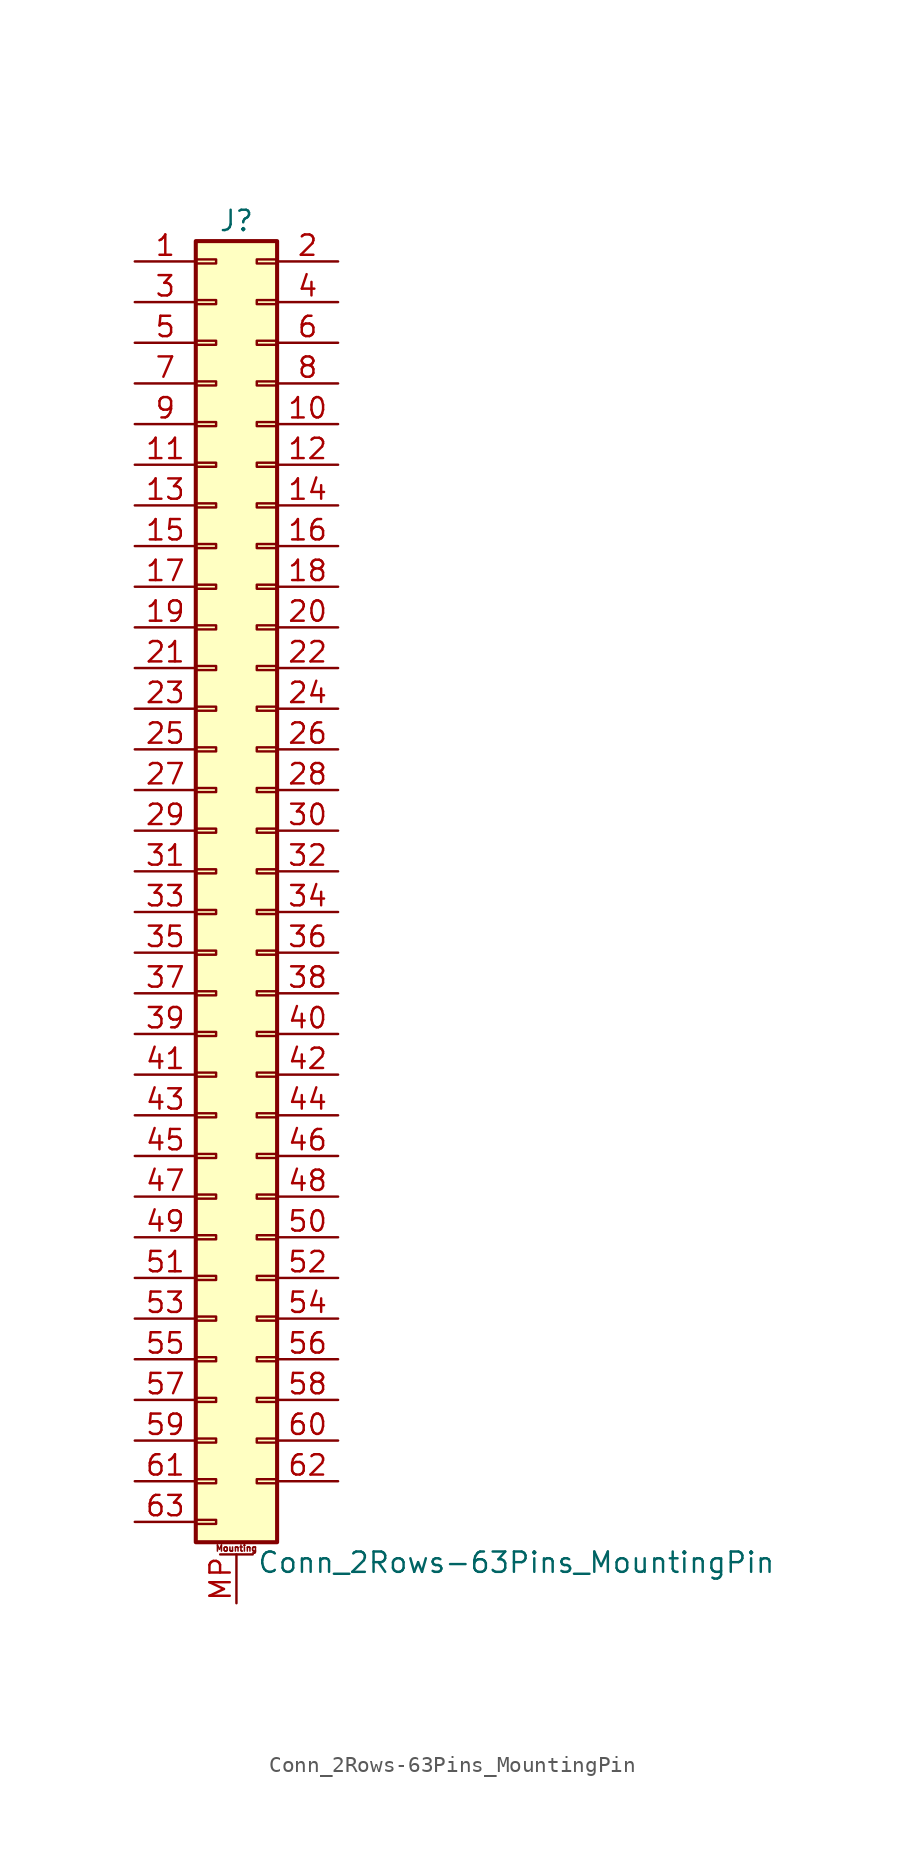
<source format=kicad_sym>
(kicad_symbol_lib
  (version 20211014)
  (generator kicad_symbol_editor)
  (symbol "Conn_2Rows-63Pins_MountingPin"
    (pin_names
      (offset 1.016) hide)
    (property "Reference" "J"
      (at 1.27 40.64 0)
      (effects (font (size 1.27 1.27))))
    (property "Value" "Conn_2Rows-63Pins_MountingPin"
      (at 2.54 -43.18 0)
      (effects (font (size 1.27 1.27)) (justify left)))
    (symbol "Conn_2Rows-63Pins_MountingPin_1_1"
      (rectangle (start -1.27 -40.513) (end 0 -40.767) (stroke (width 0.152) (type default) (color 0 0 0 0)) (fill (type none)))
      (rectangle (start -1.27 -37.973) (end 0 -38.227) (stroke (width 0.152) (type default) (color 0 0 0 0)) (fill (type none)))
      (rectangle (start -1.27 -35.433) (end 0 -35.687) (stroke (width 0.152) (type default) (color 0 0 0 0)) (fill (type none)))
      (rectangle (start -1.27 -32.893) (end 0 -33.147) (stroke (width 0.152) (type default) (color 0 0 0 0)) (fill (type none)))
      (rectangle (start -1.27 -30.353) (end 0 -30.607) (stroke (width 0.152) (type default) (color 0 0 0 0)) (fill (type none)))
      (rectangle (start -1.27 -27.813) (end 0 -28.067) (stroke (width 0.152) (type default) (color 0 0 0 0)) (fill (type none)))
      (rectangle (start -1.27 -25.273) (end 0 -25.527) (stroke (width 0.152) (type default) (color 0 0 0 0)) (fill (type none)))
      (rectangle (start -1.27 -22.733) (end 0 -22.987) (stroke (width 0.152) (type default) (color 0 0 0 0)) (fill (type none)))
      (rectangle (start -1.27 -20.193) (end 0 -20.447) (stroke (width 0.152) (type default) (color 0 0 0 0)) (fill (type none)))
      (rectangle (start -1.27 -17.653) (end 0 -17.907) (stroke (width 0.152) (type default) (color 0 0 0 0)) (fill (type none)))
      (rectangle (start -1.27 -15.113) (end 0 -15.367) (stroke (width 0.152) (type default) (color 0 0 0 0)) (fill (type none)))
      (rectangle (start -1.27 -12.573) (end 0 -12.827) (stroke (width 0.152) (type default) (color 0 0 0 0)) (fill (type none)))
      (rectangle (start -1.27 -10.033) (end 0 -10.287) (stroke (width 0.152) (type default) (color 0 0 0 0)) (fill (type none)))
      (rectangle (start -1.27 -7.493) (end 0 -7.747) (stroke (width 0.152) (type default) (color 0 0 0 0)) (fill (type none)))
      (rectangle (start -1.27 -4.953) (end 0 -5.207) (stroke (width 0.152) (type default) (color 0 0 0 0)) (fill (type none)))
      (rectangle (start -1.27 -2.413) (end 0 -2.667) (stroke (width 0.152) (type default) (color 0 0 0 0)) (fill (type none)))
      (rectangle (start -1.27 0.127) (end 0 -0.127) (stroke (width 0.152) (type default) (color 0 0 0 0)) (fill (type none)))
      (rectangle (start -1.27 2.667) (end 0 2.413) (stroke (width 0.152) (type default) (color 0 0 0 0)) (fill (type none)))
      (rectangle (start -1.27 5.207) (end 0 4.953) (stroke (width 0.152) (type default) (color 0 0 0 0)) (fill (type none)))
      (rectangle (start -1.27 7.747) (end 0 7.493) (stroke (width 0.152) (type default) (color 0 0 0 0)) (fill (type none)))
      (rectangle (start -1.27 10.287) (end 0 10.033) (stroke (width 0.152) (type default) (color 0 0 0 0)) (fill (type none)))
      (rectangle (start -1.27 12.827) (end 0 12.573) (stroke (width 0.152) (type default) (color 0 0 0 0)) (fill (type none)))
      (rectangle (start -1.27 15.367) (end 0 15.113) (stroke (width 0.152) (type default) (color 0 0 0 0)) (fill (type none)))
      (rectangle (start -1.27 17.907) (end 0 17.653) (stroke (width 0.152) (type default) (color 0 0 0 0)) (fill (type none)))
      (rectangle (start -1.27 20.447) (end 0 20.193) (stroke (width 0.152) (type default) (color 0 0 0 0)) (fill (type none)))
      (rectangle (start -1.27 22.987) (end 0 22.733) (stroke (width 0.152) (type default) (color 0 0 0 0)) (fill (type none)))
      (rectangle (start -1.27 25.527) (end 0 25.273) (stroke (width 0.152) (type default) (color 0 0 0 0)) (fill (type none)))
      (rectangle (start -1.27 28.067) (end 0 27.813) (stroke (width 0.152) (type default) (color 0 0 0 0)) (fill (type none)))
      (rectangle (start -1.27 30.607) (end 0 30.353) (stroke (width 0.152) (type default) (color 0 0 0 0)) (fill (type none)))
      (rectangle (start -1.27 33.147) (end 0 32.893) (stroke (width 0.152) (type default) (color 0 0 0 0)) (fill (type none)))
      (rectangle (start -1.27 35.687) (end 0 35.433) (stroke (width 0.152) (type default) (color 0 0 0 0)) (fill (type none)))
      (rectangle (start -1.27 38.227) (end 0 37.973) (stroke (width 0.152) (type default) (color 0 0 0 0)) (fill (type none)))
      (rectangle (start -1.27 39.37) (end 3.81 -41.91) (stroke (width 0.254) (type default) (color 0 0 0 0)) (fill (type background)))
      (polyline (pts (xy 0.254 -42.672) (xy 2.286 -42.672)) (stroke (width 0.152) (type default) (color 0 0 0 0)) (fill (type none)))
      (rectangle (start 3.81 -37.973) (end 2.54 -38.227) (stroke (width 0.152) (type default) (color 0 0 0 0)) (fill (type none)))
      (rectangle (start 3.81 -35.433) (end 2.54 -35.687) (stroke (width 0.152) (type default) (color 0 0 0 0)) (fill (type none)))
      (rectangle (start 3.81 -32.893) (end 2.54 -33.147) (stroke (width 0.152) (type default) (color 0 0 0 0)) (fill (type none)))
      (rectangle (start 3.81 -30.353) (end 2.54 -30.607) (stroke (width 0.152) (type default) (color 0 0 0 0)) (fill (type none)))
      (rectangle (start 3.81 -27.813) (end 2.54 -28.067) (stroke (width 0.152) (type default) (color 0 0 0 0)) (fill (type none)))
      (rectangle (start 3.81 -25.273) (end 2.54 -25.527) (stroke (width 0.152) (type default) (color 0 0 0 0)) (fill (type none)))
      (rectangle (start 3.81 -22.733) (end 2.54 -22.987) (stroke (width 0.152) (type default) (color 0 0 0 0)) (fill (type none)))
      (rectangle (start 3.81 -20.193) (end 2.54 -20.447) (stroke (width 0.152) (type default) (color 0 0 0 0)) (fill (type none)))
      (rectangle (start 3.81 -17.653) (end 2.54 -17.907) (stroke (width 0.152) (type default) (color 0 0 0 0)) (fill (type none)))
      (rectangle (start 3.81 -15.113) (end 2.54 -15.367) (stroke (width 0.152) (type default) (color 0 0 0 0)) (fill (type none)))
      (rectangle (start 3.81 -12.573) (end 2.54 -12.827) (stroke (width 0.152) (type default) (color 0 0 0 0)) (fill (type none)))
      (rectangle (start 3.81 -10.033) (end 2.54 -10.287) (stroke (width 0.152) (type default) (color 0 0 0 0)) (fill (type none)))
      (rectangle (start 3.81 -7.493) (end 2.54 -7.747) (stroke (width 0.152) (type default) (color 0 0 0 0)) (fill (type none)))
      (rectangle (start 3.81 -4.953) (end 2.54 -5.207) (stroke (width 0.152) (type default) (color 0 0 0 0)) (fill (type none)))
      (rectangle (start 3.81 -2.413) (end 2.54 -2.667) (stroke (width 0.152) (type default) (color 0 0 0 0)) (fill (type none)))
      (rectangle (start 3.81 0.127) (end 2.54 -0.127) (stroke (width 0.152) (type default) (color 0 0 0 0)) (fill (type none)))
      (rectangle (start 3.81 2.667) (end 2.54 2.413) (stroke (width 0.152) (type default) (color 0 0 0 0)) (fill (type none)))
      (rectangle (start 3.81 5.207) (end 2.54 4.953) (stroke (width 0.152) (type default) (color 0 0 0 0)) (fill (type none)))
      (rectangle (start 3.81 7.747) (end 2.54 7.493) (stroke (width 0.152) (type default) (color 0 0 0 0)) (fill (type none)))
      (rectangle (start 3.81 10.287) (end 2.54 10.033) (stroke (width 0.152) (type default) (color 0 0 0 0)) (fill (type none)))
      (rectangle (start 3.81 12.827) (end 2.54 12.573) (stroke (width 0.152) (type default) (color 0 0 0 0)) (fill (type none)))
      (rectangle (start 3.81 15.367) (end 2.54 15.113) (stroke (width 0.152) (type default) (color 0 0 0 0)) (fill (type none)))
      (rectangle (start 3.81 17.907) (end 2.54 17.653) (stroke (width 0.152) (type default) (color 0 0 0 0)) (fill (type none)))
      (rectangle (start 3.81 20.447) (end 2.54 20.193) (stroke (width 0.152) (type default) (color 0 0 0 0)) (fill (type none)))
      (rectangle (start 3.81 22.987) (end 2.54 22.733) (stroke (width 0.152) (type default) (color 0 0 0 0)) (fill (type none)))
      (rectangle (start 3.81 25.527) (end 2.54 25.273) (stroke (width 0.152) (type default) (color 0 0 0 0)) (fill (type none)))
      (rectangle (start 3.81 28.067) (end 2.54 27.813) (stroke (width 0.152) (type default) (color 0 0 0 0)) (fill (type none)))
      (rectangle (start 3.81 30.607) (end 2.54 30.353) (stroke (width 0.152) (type default) (color 0 0 0 0)) (fill (type none)))
      (rectangle (start 3.81 33.147) (end 2.54 32.893) (stroke (width 0.152) (type default) (color 0 0 0 0)) (fill (type none)))
      (rectangle (start 3.81 35.687) (end 2.54 35.433) (stroke (width 0.152) (type default) (color 0 0 0 0)) (fill (type none)))
      (rectangle (start 3.81 38.227) (end 2.54 37.973) (stroke (width 0.152) (type default) (color 0 0 0 0)) (fill (type none)))
      (text "Mounting" (at 1.27 -42.291 0) (effects (font (size 0.381 0.381))))
      (pin passive line (at -5.08 38.1 0) (length 3.81) (name "Pin_1" (effects (font (size 1.27 1.27)))) (number "1" (effects (font (size 1.27 1.27)))))
      (pin passive line (at 7.62 27.94 180) (length 3.81) (name "Pin_10" (effects (font (size 1.27 1.27)))) (number "10" (effects (font (size 1.27 1.27)))))
      (pin passive line (at -5.08 25.4 0) (length 3.81) (name "Pin_11" (effects (font (size 1.27 1.27)))) (number "11" (effects (font (size 1.27 1.27)))))
      (pin passive line (at 7.62 25.4 180) (length 3.81) (name "Pin_12" (effects (font (size 1.27 1.27)))) (number "12" (effects (font (size 1.27 1.27)))))
      (pin passive line (at -5.08 22.86 0) (length 3.81) (name "Pin_13" (effects (font (size 1.27 1.27)))) (number "13" (effects (font (size 1.27 1.27)))))
      (pin passive line (at 7.62 22.86 180) (length 3.81) (name "Pin_14" (effects (font (size 1.27 1.27)))) (number "14" (effects (font (size 1.27 1.27)))))
      (pin passive line (at -5.08 20.32 0) (length 3.81) (name "Pin_15" (effects (font (size 1.27 1.27)))) (number "15" (effects (font (size 1.27 1.27)))))
      (pin passive line (at 7.62 20.32 180) (length 3.81) (name "Pin_16" (effects (font (size 1.27 1.27)))) (number "16" (effects (font (size 1.27 1.27)))))
      (pin passive line (at -5.08 17.78 0) (length 3.81) (name "Pin_17" (effects (font (size 1.27 1.27)))) (number "17" (effects (font (size 1.27 1.27)))))
      (pin passive line (at 7.62 17.78 180) (length 3.81) (name "Pin_18" (effects (font (size 1.27 1.27)))) (number "18" (effects (font (size 1.27 1.27)))))
      (pin passive line (at -5.08 15.24 0) (length 3.81) (name "Pin_19" (effects (font (size 1.27 1.27)))) (number "19" (effects (font (size 1.27 1.27)))))
      (pin passive line (at 7.62 38.1 180) (length 3.81) (name "Pin_2" (effects (font (size 1.27 1.27)))) (number "2" (effects (font (size 1.27 1.27)))))
      (pin passive line (at 7.62 15.24 180) (length 3.81) (name "Pin_20" (effects (font (size 1.27 1.27)))) (number "20" (effects (font (size 1.27 1.27)))))
      (pin passive line (at -5.08 12.7 0) (length 3.81) (name "Pin_21" (effects (font (size 1.27 1.27)))) (number "21" (effects (font (size 1.27 1.27)))))
      (pin passive line (at 7.62 12.7 180) (length 3.81) (name "Pin_22" (effects (font (size 1.27 1.27)))) (number "22" (effects (font (size 1.27 1.27)))))
      (pin passive line (at -5.08 10.16 0) (length 3.81) (name "Pin_23" (effects (font (size 1.27 1.27)))) (number "23" (effects (font (size 1.27 1.27)))))
      (pin passive line (at 7.62 10.16 180) (length 3.81) (name "Pin_24" (effects (font (size 1.27 1.27)))) (number "24" (effects (font (size 1.27 1.27)))))
      (pin passive line (at -5.08 7.62 0) (length 3.81) (name "Pin_25" (effects (font (size 1.27 1.27)))) (number "25" (effects (font (size 1.27 1.27)))))
      (pin passive line (at 7.62 7.62 180) (length 3.81) (name "Pin_26" (effects (font (size 1.27 1.27)))) (number "26" (effects (font (size 1.27 1.27)))))
      (pin passive line (at -5.08 5.08 0) (length 3.81) (name "Pin_27" (effects (font (size 1.27 1.27)))) (number "27" (effects (font (size 1.27 1.27)))))
      (pin passive line (at 7.62 5.08 180) (length 3.81) (name "Pin_28" (effects (font (size 1.27 1.27)))) (number "28" (effects (font (size 1.27 1.27)))))
      (pin passive line (at -5.08 2.54 0) (length 3.81) (name "Pin_29" (effects (font (size 1.27 1.27)))) (number "29" (effects (font (size 1.27 1.27)))))
      (pin passive line (at -5.08 35.56 0) (length 3.81) (name "Pin_3" (effects (font (size 1.27 1.27)))) (number "3" (effects (font (size 1.27 1.27)))))
      (pin passive line (at 7.62 2.54 180) (length 3.81) (name "Pin_30" (effects (font (size 1.27 1.27)))) (number "30" (effects (font (size 1.27 1.27)))))
      (pin passive line (at -5.08 0 0) (length 3.81) (name "Pin_31" (effects (font (size 1.27 1.27)))) (number "31" (effects (font (size 1.27 1.27)))))
      (pin passive line (at 7.62 0 180) (length 3.81) (name "Pin_32" (effects (font (size 1.27 1.27)))) (number "32" (effects (font (size 1.27 1.27)))))
      (pin passive line (at -5.08 -2.54 0) (length 3.81) (name "Pin_33" (effects (font (size 1.27 1.27)))) (number "33" (effects (font (size 1.27 1.27)))))
      (pin passive line (at 7.62 -2.54 180) (length 3.81) (name "Pin_34" (effects (font (size 1.27 1.27)))) (number "34" (effects (font (size 1.27 1.27)))))
      (pin passive line (at -5.08 -5.08 0) (length 3.81) (name "Pin_35" (effects (font (size 1.27 1.27)))) (number "35" (effects (font (size 1.27 1.27)))))
      (pin passive line (at 7.62 -5.08 180) (length 3.81) (name "Pin_36" (effects (font (size 1.27 1.27)))) (number "36" (effects (font (size 1.27 1.27)))))
      (pin passive line (at -5.08 -7.62 0) (length 3.81) (name "Pin_37" (effects (font (size 1.27 1.27)))) (number "37" (effects (font (size 1.27 1.27)))))
      (pin passive line (at 7.62 -7.62 180) (length 3.81) (name "Pin_38" (effects (font (size 1.27 1.27)))) (number "38" (effects (font (size 1.27 1.27)))))
      (pin passive line (at -5.08 -10.16 0) (length 3.81) (name "Pin_39" (effects (font (size 1.27 1.27)))) (number "39" (effects (font (size 1.27 1.27)))))
      (pin passive line (at 7.62 35.56 180) (length 3.81) (name "Pin_4" (effects (font (size 1.27 1.27)))) (number "4" (effects (font (size 1.27 1.27)))))
      (pin passive line (at 7.62 -10.16 180) (length 3.81) (name "Pin_40" (effects (font (size 1.27 1.27)))) (number "40" (effects (font (size 1.27 1.27)))))
      (pin passive line (at -5.08 -12.7 0) (length 3.81) (name "Pin_41" (effects (font (size 1.27 1.27)))) (number "41" (effects (font (size 1.27 1.27)))))
      (pin passive line (at 7.62 -12.7 180) (length 3.81) (name "Pin_42" (effects (font (size 1.27 1.27)))) (number "42" (effects (font (size 1.27 1.27)))))
      (pin passive line (at -5.08 -15.24 0) (length 3.81) (name "Pin_43" (effects (font (size 1.27 1.27)))) (number "43" (effects (font (size 1.27 1.27)))))
      (pin passive line (at 7.62 -15.24 180) (length 3.81) (name "Pin_44" (effects (font (size 1.27 1.27)))) (number "44" (effects (font (size 1.27 1.27)))))
      (pin passive line (at -5.08 -17.78 0) (length 3.81) (name "Pin_45" (effects (font (size 1.27 1.27)))) (number "45" (effects (font (size 1.27 1.27)))))
      (pin passive line (at 7.62 -17.78 180) (length 3.81) (name "Pin_46" (effects (font (size 1.27 1.27)))) (number "46" (effects (font (size 1.27 1.27)))))
      (pin passive line (at -5.08 -20.32 0) (length 3.81) (name "Pin_47" (effects (font (size 1.27 1.27)))) (number "47" (effects (font (size 1.27 1.27)))))
      (pin passive line (at 7.62 -20.32 180) (length 3.81) (name "Pin_48" (effects (font (size 1.27 1.27)))) (number "48" (effects (font (size 1.27 1.27)))))
      (pin passive line (at -5.08 -22.86 0) (length 3.81) (name "Pin_49" (effects (font (size 1.27 1.27)))) (number "49" (effects (font (size 1.27 1.27)))))
      (pin passive line (at -5.08 33.02 0) (length 3.81) (name "Pin_5" (effects (font (size 1.27 1.27)))) (number "5" (effects (font (size 1.27 1.27)))))
      (pin passive line (at 7.62 -22.86 180) (length 3.81) (name "Pin_50" (effects (font (size 1.27 1.27)))) (number "50" (effects (font (size 1.27 1.27)))))
      (pin passive line (at -5.08 -25.4 0) (length 3.81) (name "Pin_51" (effects (font (size 1.27 1.27)))) (number "51" (effects (font (size 1.27 1.27)))))
      (pin passive line (at 7.62 -25.4 180) (length 3.81) (name "Pin_52" (effects (font (size 1.27 1.27)))) (number "52" (effects (font (size 1.27 1.27)))))
      (pin passive line (at -5.08 -27.94 0) (length 3.81) (name "Pin_53" (effects (font (size 1.27 1.27)))) (number "53" (effects (font (size 1.27 1.27)))))
      (pin passive line (at 7.62 -27.94 180) (length 3.81) (name "Pin_54" (effects (font (size 1.27 1.27)))) (number "54" (effects (font (size 1.27 1.27)))))
      (pin passive line (at -5.08 -30.48 0) (length 3.81) (name "Pin_55" (effects (font (size 1.27 1.27)))) (number "55" (effects (font (size 1.27 1.27)))))
      (pin passive line (at 7.62 -30.48 180) (length 3.81) (name "Pin_56" (effects (font (size 1.27 1.27)))) (number "56" (effects (font (size 1.27 1.27)))))
      (pin passive line (at -5.08 -33.02 0) (length 3.81) (name "Pin_57" (effects (font (size 1.27 1.27)))) (number "57" (effects (font (size 1.27 1.27)))))
      (pin passive line (at 7.62 -33.02 180) (length 3.81) (name "Pin_58" (effects (font (size 1.27 1.27)))) (number "58" (effects (font (size 1.27 1.27)))))
      (pin passive line (at -5.08 -35.56 0) (length 3.81) (name "Pin_59" (effects (font (size 1.27 1.27)))) (number "59" (effects (font (size 1.27 1.27)))))
      (pin passive line (at 7.62 33.02 180) (length 3.81) (name "Pin_6" (effects (font (size 1.27 1.27)))) (number "6" (effects (font (size 1.27 1.27)))))
      (pin passive line (at 7.62 -35.56 180) (length 3.81) (name "Pin_60" (effects (font (size 1.27 1.27)))) (number "60" (effects (font (size 1.27 1.27)))))
      (pin passive line (at -5.08 -38.1 0) (length 3.81) (name "Pin_61" (effects (font (size 1.27 1.27)))) (number "61" (effects (font (size 1.27 1.27)))))
      (pin passive line (at 7.62 -38.1 180) (length 3.81) (name "Pin_62" (effects (font (size 1.27 1.27)))) (number "62" (effects (font (size 1.27 1.27)))))
      (pin passive line (at -5.08 -40.64 0) (length 3.81) (name "Pin_63" (effects (font (size 1.27 1.27)))) (number "63" (effects (font (size 1.27 1.27)))))
      (pin passive line (at -5.08 30.48 0) (length 3.81) (name "Pin_7" (effects (font (size 1.27 1.27)))) (number "7" (effects (font (size 1.27 1.27)))))
      (pin passive line (at 7.62 30.48 180) (length 3.81) (name "Pin_8" (effects (font (size 1.27 1.27)))) (number "8" (effects (font (size 1.27 1.27)))))
      (pin passive line (at -5.08 27.94 0) (length 3.81) (name "Pin_9" (effects (font (size 1.27 1.27)))) (number "9" (effects (font (size 1.27 1.27)))))
      (pin passive line (at 1.27 -45.72 90) (length 3.048) (name "MountPin" (effects (font (size 1.27 1.27)))) (number "MP" (effects (font (size 1.27 1.27))))))))
</source>
